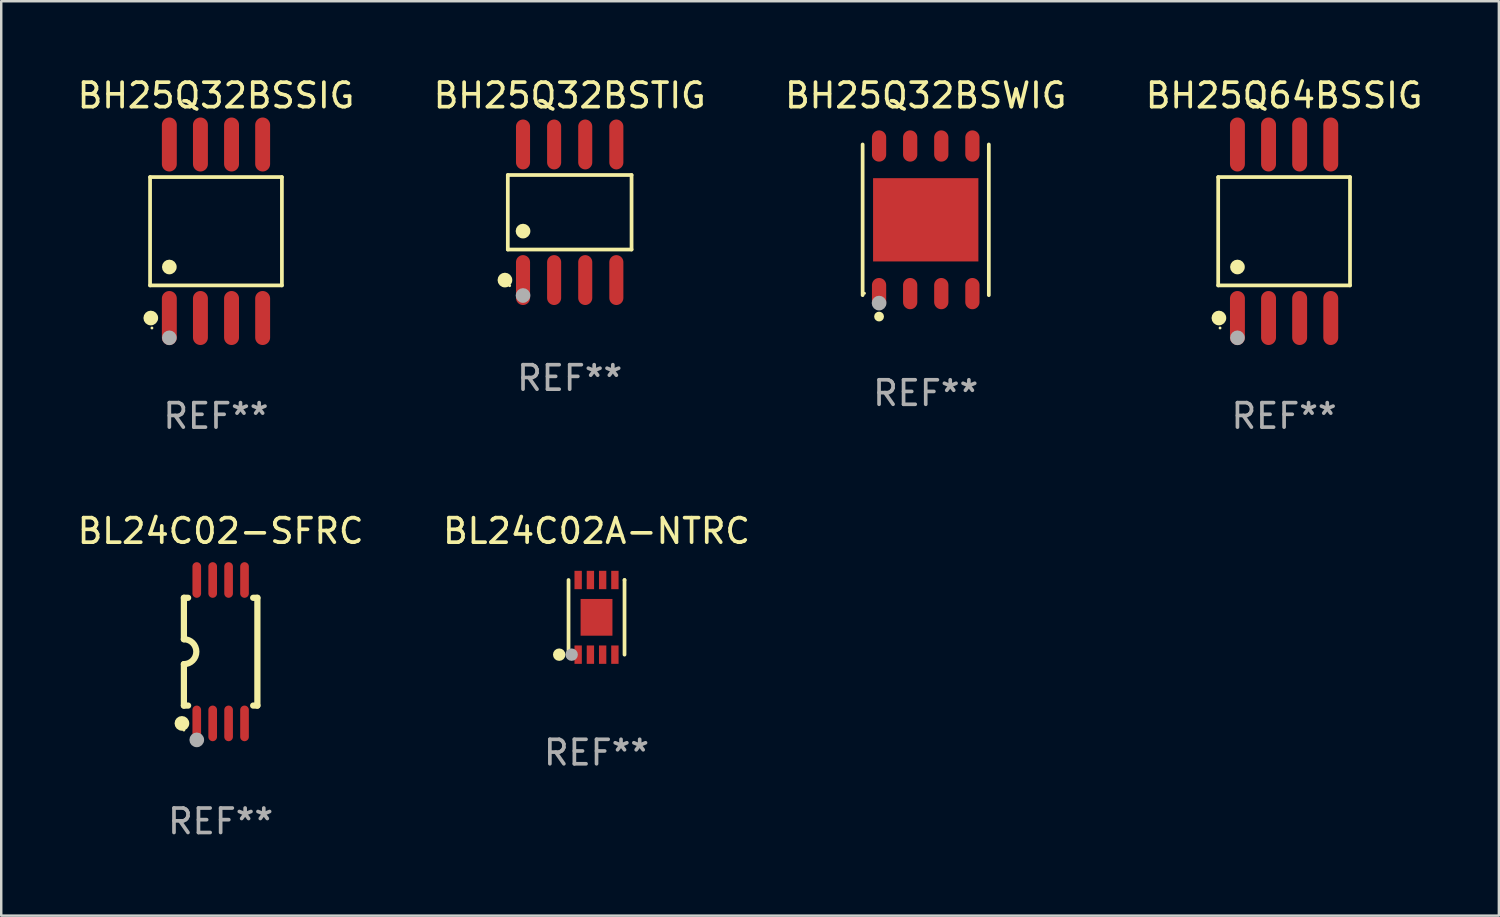
<source format=kicad_pcb>
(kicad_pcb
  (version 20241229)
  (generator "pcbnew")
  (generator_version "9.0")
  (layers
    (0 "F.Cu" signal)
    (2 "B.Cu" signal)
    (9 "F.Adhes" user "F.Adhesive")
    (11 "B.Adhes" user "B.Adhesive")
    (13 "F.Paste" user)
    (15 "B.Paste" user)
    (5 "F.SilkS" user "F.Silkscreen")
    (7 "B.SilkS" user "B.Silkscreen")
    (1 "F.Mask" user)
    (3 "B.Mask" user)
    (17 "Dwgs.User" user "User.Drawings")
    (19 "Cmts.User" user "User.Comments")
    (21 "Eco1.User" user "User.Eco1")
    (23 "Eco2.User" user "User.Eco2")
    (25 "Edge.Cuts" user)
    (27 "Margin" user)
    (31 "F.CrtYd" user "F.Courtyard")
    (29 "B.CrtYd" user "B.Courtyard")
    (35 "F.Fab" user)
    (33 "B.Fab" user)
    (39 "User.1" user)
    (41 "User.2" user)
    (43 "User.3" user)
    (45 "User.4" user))
  (footprint "BH25Q32BSTIG"
    (layer "F.Cu")
    (at 20.208 5.616)
    (property "Reference" "BH25Q32BSTIG" (at 0 -4.768 0) (layer "F.SilkS") (effects (font (size 1 1) (thickness 0.15))))
    (attr through_hole)
    (fp_line (start -2.526 -1.521) (end 2.526 -1.521) (stroke (width 0.152) (type solid)) (layer "F.SilkS"))
    (fp_line (start -2.526 1.521) (end -2.526 -1.521) (stroke (width 0.152) (type solid)) (layer "F.SilkS"))
    (fp_line (start 2.526 -1.521) (end 2.526 1.521) (stroke (width 0.152) (type solid)) (layer "F.SilkS"))
    (fp_line (start 2.526 1.521) (end -2.526 1.521) (stroke (width 0.152) (type solid)) (layer "F.SilkS"))
    (fp_circle (center -2.644 2.768) (end -2.494 2.768) (stroke (width 0.3) (type solid)) (fill no) (layer "F.SilkS"))
    (fp_circle (center -2.45 2.998) (end -2.42 2.998) (stroke (width 0.06) (type solid)) (fill no) (layer "F.SilkS"))
    (fp_circle (center -1.905 0.769) (end -1.755 0.769) (stroke (width 0.3) (type solid)) (fill no) (layer "F.SilkS"))
    (fp_circle (center -1.905 3.398) (end -1.755 3.398) (stroke (width 0.3) (type solid)) (fill no) (layer "F.Fab"))
    (fp_text user "REF**" (at 0 6.768 0) (layer "F.Fab") (effects (font (size 1 1) (thickness 0.15))))
    (pad "1" smd oval (at -1.905 2.768) (size 0.574 2.036) (layers "F.Cu" "F.Mask" "F.Paste"))
    (pad "2" smd oval (at -0.635 2.768) (size 0.574 2.036) (layers "F.Cu" "F.Mask" "F.Paste"))
    (pad "3" smd oval (at 0.635 2.768) (size 0.574 2.036) (layers "F.Cu" "F.Mask" "F.Paste"))
    (pad "4" smd oval (at 1.905 2.768) (size 0.574 2.036) (layers "F.Cu" "F.Mask" "F.Paste"))
    (pad "5" smd oval (at 1.905 -2.768) (size 0.574 2.036) (layers "F.Cu" "F.Mask" "F.Paste"))
    (pad "6" smd oval (at 0.635 -2.768) (size 0.574 2.036) (layers "F.Cu" "F.Mask" "F.Paste"))
    (pad "7" smd oval (at -0.635 -2.768) (size 0.574 2.036) (layers "F.Cu" "F.Mask" "F.Paste"))
    (pad "8" smd oval (at -1.905 -2.768) (size 0.574 2.036) (layers "F.Cu" "F.Mask" "F.Paste")))
  (footprint "BL24C02-SFRC"
    (layer "F.Cu")
    (at 5.958 23.556)
    (property "Reference" "BL24C02-SFRC" (at 0 -4.927 0) (layer "F.SilkS") (effects (font (size 1 1) (thickness 0.15))))
    (attr through_hole)
    (fp_line (start -1.5 -2.2) (end -1.5 -0.508) (stroke (width 0.254) (type solid)) (layer "F.SilkS"))
    (fp_line (start -1.5 -2.2) (end -1.328 -2.2) (stroke (width 0.254) (type solid)) (layer "F.SilkS"))
    (fp_line (start -1.5 2.2) (end -1.5 0.508) (stroke (width 0.254) (type solid)) (layer "F.SilkS"))
    (fp_line (start -1.5 2.2) (end -1.328 2.2) (stroke (width 0.254) (type solid)) (layer "F.SilkS"))
    (fp_line (start 1.328 -2.2) (end 1.5 -2.2) (stroke (width 0.254) (type solid)) (layer "F.SilkS"))
    (fp_line (start 1.328 2.2) (end 1.5 2.2) (stroke (width 0.254) (type solid)) (layer "F.SilkS"))
    (fp_line (start 1.5 -2.2) (end 1.5 2.2) (stroke (width 0.254) (type solid)) (layer "F.SilkS"))
    (fp_arc (start -1.501144 -0.508) (mid -0.993143 -0.000571) (end -1.5 0.508001) (stroke (width 0.254001) (type solid)) (layer "F.SilkS"))
    (fp_circle (center -1.581 2.927) (end -1.431 2.927) (stroke (width 0.3) (type solid)) (fill no) (layer "F.SilkS"))
    (fp_circle (center -1.5 3.2) (end -1.47 3.2) (stroke (width 0.06) (type solid)) (fill no) (layer "F.SilkS"))
    (fp_circle (center -0.975 3.6) (end -0.825 3.6) (stroke (width 0.3) (type solid)) (fill no) (layer "F.Fab"))
    (fp_text user "REF**" (at 0 6.927 0) (layer "F.Fab") (effects (font (size 1 1) (thickness 0.15))))
    (pad "1" smd oval (at -0.975 2.927) (size 0.353 1.454) (layers "F.Cu" "F.Mask" "F.Paste"))
    (pad "2" smd oval (at -0.325 2.927) (size 0.353 1.454) (layers "F.Cu" "F.Mask" "F.Paste"))
    (pad "3" smd oval (at 0.325 2.927) (size 0.353 1.454) (layers "F.Cu" "F.Mask" "F.Paste"))
    (pad "4" smd oval (at 0.975 2.927) (size 0.353 1.454) (layers "F.Cu" "F.Mask" "F.Paste"))
    (pad "5" smd oval (at 0.975 -2.927) (size 0.353 1.454) (layers "F.Cu" "F.Mask" "F.Paste"))
    (pad "6" smd oval (at 0.325 -2.927) (size 0.353 1.454) (layers "F.Cu" "F.Mask" "F.Paste"))
    (pad "7" smd oval (at -0.325 -2.927) (size 0.353 1.454) (layers "F.Cu" "F.Mask" "F.Paste"))
    (pad "8" smd oval (at -0.975 -2.927) (size 0.353 1.454) (layers "F.Cu" "F.Mask" "F.Paste")))
  (footprint "BL24C02A-NTRC"
    (layer "F.Cu")
    (at 21.304 22.153)
    (property "Reference" "BL24C02A-NTRC" (at 0 -3.524 0) (layer "F.SilkS") (effects (font (size 1 1) (thickness 0.15))))
    (attr through_hole)
    (fp_line (start -1.143 1.524) (end -1.143 1.524) (stroke (width 0.152) (type solid)) (layer "F.SilkS"))
    (fp_line (start -1.143 1.524) (end -1.143 -1.524) (stroke (width 0.152) (type solid)) (layer "F.SilkS"))
    (fp_line (start 1.143 -1.524) (end 1.143 1.524) (stroke (width 0.152) (type solid)) (layer "F.SilkS"))
    (fp_line (start 1.143 -1.524) (end 1.143 -1.524) (stroke (width 0.152) (type solid)) (layer "F.SilkS"))
    (fp_circle (center -1.524 1.524) (end -1.397 1.524) (stroke (width 0.254) (type solid)) (fill no) (layer "F.SilkS"))
    (fp_circle (center -1 1.5) (end -0.97 1.5) (stroke (width 0.06) (type solid)) (fill no) (layer "F.SilkS"))
    (fp_circle (center -1.016 1.524) (end -0.889 1.524) (stroke (width 0.254) (type solid)) (fill no) (layer "F.Fab"))
    (fp_text user "REF**" (at 0 5.524 0) (layer "F.Fab") (effects (font (size 1 1) (thickness 0.15))))
    (pad "1" smd rect (at -0.75 1.524) (size 0.3 0.75) (layers "F.Cu" "F.Mask" "F.Paste"))
    (pad "2" smd rect (at -0.25 1.524) (size 0.3 0.75) (layers "F.Cu" "F.Mask" "F.Paste"))
    (pad "3" smd rect (at 0.25 1.524) (size 0.3 0.75) (layers "F.Cu" "F.Mask" "F.Paste"))
    (pad "4" smd rect (at 0.75 1.524) (size 0.3 0.75) (layers "F.Cu" "F.Mask" "F.Paste"))
    (pad "5" smd rect (at 0.75 -1.524) (size 0.3 0.75) (layers "F.Cu" "F.Mask" "F.Paste"))
    (pad "6" smd rect (at 0.25 -1.524) (size 0.3 0.75) (layers "F.Cu" "F.Mask" "F.Paste"))
    (pad "7" smd rect (at -0.25 -1.524) (size 0.3 0.75) (layers "F.Cu" "F.Mask" "F.Paste"))
    (pad "8" smd rect (at -0.75 -1.524) (size 0.3 0.75) (layers "F.Cu" "F.Mask" "F.Paste"))
    (pad "9" smd rect (at -0.000254 0) (size 1.3 1.5) (layers "F.Cu" "F.Mask" "F.Paste")))
  (footprint "BH25Q32BSWIG"
    (layer "F.Cu")
    (at 34.744 5.924)
    (property "Reference" "BH25Q32BSWIG" (at 0 -5.076 0) (layer "F.SilkS") (effects (font (size 1 1) (thickness 0.15))))
    (attr through_hole)
    (fp_line (start -2.576 3.076) (end -2.576 -3.076) (stroke (width 0.152) (type solid)) (layer "F.SilkS"))
    (fp_line (start 2.576 -3.076) (end 2.576 3.076) (stroke (width 0.152) (type solid)) (layer "F.SilkS"))
    (fp_circle (center -2.5 3) (end -2.47 3) (stroke (width 0.06) (type solid)) (fill no) (layer "F.SilkS"))
    (fp_circle (center -1.905 3.95) (end -1.805 3.95) (stroke (width 0.2) (type solid)) (fill no) (layer "F.SilkS"))
    (fp_circle (center -1.905 3.4) (end -1.755 3.4) (stroke (width 0.3) (type solid)) (fill no) (layer "F.Fab"))
    (fp_text user "REF**" (at 0 7.076 0) (layer "F.Fab") (effects (font (size 1 1) (thickness 0.15))))
    (pad "1" smd oval (at -1.905 3.013) (size 0.581 1.276) (layers "F.Cu" "F.Mask" "F.Paste"))
    (pad "2" smd oval (at -0.635 3.013) (size 0.581 1.276) (layers "F.Cu" "F.Mask" "F.Paste"))
    (pad "3" smd oval (at 0.635 3.013) (size 0.581 1.276) (layers "F.Cu" "F.Mask" "F.Paste"))
    (pad "4" smd oval (at 1.905 3.013) (size 0.581 1.276) (layers "F.Cu" "F.Mask" "F.Paste"))
    (pad "5" smd oval (at 1.905 -3.013) (size 0.581 1.276) (layers "F.Cu" "F.Mask" "F.Paste"))
    (pad "6" smd oval (at 0.635 -3.013) (size 0.581 1.276) (layers "F.Cu" "F.Mask" "F.Paste"))
    (pad "7" smd oval (at -0.635 -3.013) (size 0.581 1.276) (layers "F.Cu" "F.Mask" "F.Paste"))
    (pad "8" smd oval (at -1.905 -3.013) (size 0.581 1.276) (layers "F.Cu" "F.Mask" "F.Paste"))
    (pad "9" smd rect (at 0 0) (size 4.3 3.4) (layers "F.Cu" "F.Mask" "F.Paste")))
  (footprint "BH25Q32BSSIG"
    (layer "F.Cu")
    (at 5.768 6.391)
    (property "Reference" "BH25Q32BSSIG" (at 0 -5.542 0) (layer "F.SilkS") (effects (font (size 1 1) (thickness 0.15))))
    (attr through_hole)
    (fp_line (start -2.691 -2.211) (end 2.691 -2.211) (stroke (width 0.152) (type solid)) (layer "F.SilkS"))
    (fp_line (start -2.691 2.211) (end -2.691 -2.211) (stroke (width 0.152) (type solid)) (layer "F.SilkS"))
    (fp_line (start 2.691 -2.211) (end 2.691 2.211) (stroke (width 0.152) (type solid)) (layer "F.SilkS"))
    (fp_line (start 2.691 2.211) (end -2.691 2.211) (stroke (width 0.152) (type solid)) (layer "F.SilkS"))
    (fp_circle (center -2.662 3.542) (end -2.512 3.542) (stroke (width 0.3) (type solid)) (fill no) (layer "F.SilkS"))
    (fp_circle (center -2.615 3.95) (end -2.585 3.95) (stroke (width 0.06) (type solid)) (fill no) (layer "F.SilkS"))
    (fp_circle (center -1.905 1.459) (end -1.755 1.459) (stroke (width 0.3) (type solid)) (fill no) (layer "F.SilkS"))
    (fp_circle (center -1.905 4.35) (end -1.755 4.35) (stroke (width 0.3) (type solid)) (fill no) (layer "F.Fab"))
    (fp_text user "REF**" (at 0 7.542 0) (layer "F.Fab") (effects (font (size 1 1) (thickness 0.15))))
    (pad "1" smd oval (at -1.905 3.542) (size 0.609 2.204) (layers "F.Cu" "F.Mask" "F.Paste"))
    (pad "2" smd oval (at -0.635 3.542) (size 0.609 2.204) (layers "F.Cu" "F.Mask" "F.Paste"))
    (pad "3" smd oval (at 0.635 3.542) (size 0.609 2.204) (layers "F.Cu" "F.Mask" "F.Paste"))
    (pad "4" smd oval (at 1.905 3.542) (size 0.609 2.204) (layers "F.Cu" "F.Mask" "F.Paste"))
    (pad "5" smd oval (at 1.905 -3.542) (size 0.609 2.204) (layers "F.Cu" "F.Mask" "F.Paste"))
    (pad "6" smd oval (at 0.635 -3.542) (size 0.609 2.204) (layers "F.Cu" "F.Mask" "F.Paste"))
    (pad "7" smd oval (at -0.635 -3.542) (size 0.609 2.204) (layers "F.Cu" "F.Mask" "F.Paste"))
    (pad "8" smd oval (at -1.905 -3.542) (size 0.609 2.204) (layers "F.Cu" "F.Mask" "F.Paste")))
  (footprint "BH25Q64BSSIG"
    (layer "F.Cu")
    (at 49.375 6.391)
    (property "Reference" "BH25Q64BSSIG" (at 0 -5.542 0) (layer "F.SilkS") (effects (font (size 1 1) (thickness 0.15))))
    (attr through_hole)
    (fp_line (start -2.691 -2.211) (end 2.691 -2.211) (stroke (width 0.152) (type solid)) (layer "F.SilkS"))
    (fp_line (start -2.691 2.211) (end -2.691 -2.211) (stroke (width 0.152) (type solid)) (layer "F.SilkS"))
    (fp_line (start 2.691 -2.211) (end 2.691 2.211) (stroke (width 0.152) (type solid)) (layer "F.SilkS"))
    (fp_line (start 2.691 2.211) (end -2.691 2.211) (stroke (width 0.152) (type solid)) (layer "F.SilkS"))
    (fp_circle (center -2.662 3.542) (end -2.512 3.542) (stroke (width 0.3) (type solid)) (fill no) (layer "F.SilkS"))
    (fp_circle (center -2.615 3.95) (end -2.585 3.95) (stroke (width 0.06) (type solid)) (fill no) (layer "F.SilkS"))
    (fp_circle (center -1.905 1.459) (end -1.755 1.459) (stroke (width 0.3) (type solid)) (fill no) (layer "F.SilkS"))
    (fp_circle (center -1.905 4.35) (end -1.755 4.35) (stroke (width 0.3) (type solid)) (fill no) (layer "F.Fab"))
    (fp_text user "REF**" (at 0 7.542 0) (layer "F.Fab") (effects (font (size 1 1) (thickness 0.15))))
    (pad "1" smd oval (at -1.905 3.542) (size 0.609 2.204) (layers "F.Cu" "F.Mask" "F.Paste"))
    (pad "2" smd oval (at -0.635 3.542) (size 0.609 2.204) (layers "F.Cu" "F.Mask" "F.Paste"))
    (pad "3" smd oval (at 0.635 3.542) (size 0.609 2.204) (layers "F.Cu" "F.Mask" "F.Paste"))
    (pad "4" smd oval (at 1.905 3.542) (size 0.609 2.204) (layers "F.Cu" "F.Mask" "F.Paste"))
    (pad "5" smd oval (at 1.905 -3.542) (size 0.609 2.204) (layers "F.Cu" "F.Mask" "F.Paste"))
    (pad "6" smd oval (at 0.635 -3.542) (size 0.609 2.204) (layers "F.Cu" "F.Mask" "F.Paste"))
    (pad "7" smd oval (at -0.635 -3.542) (size 0.609 2.204) (layers "F.Cu" "F.Mask" "F.Paste"))
    (pad "8" smd oval (at -1.905 -3.542) (size 0.609 2.204) (layers "F.Cu" "F.Mask" "F.Paste")))
  (gr_rect
    (start -3 -3)
    (end 58.143 34.332)
    (stroke (width 0.1) (type default))
    (fill no)
    (layer "Edge.Cuts")))
</source>
